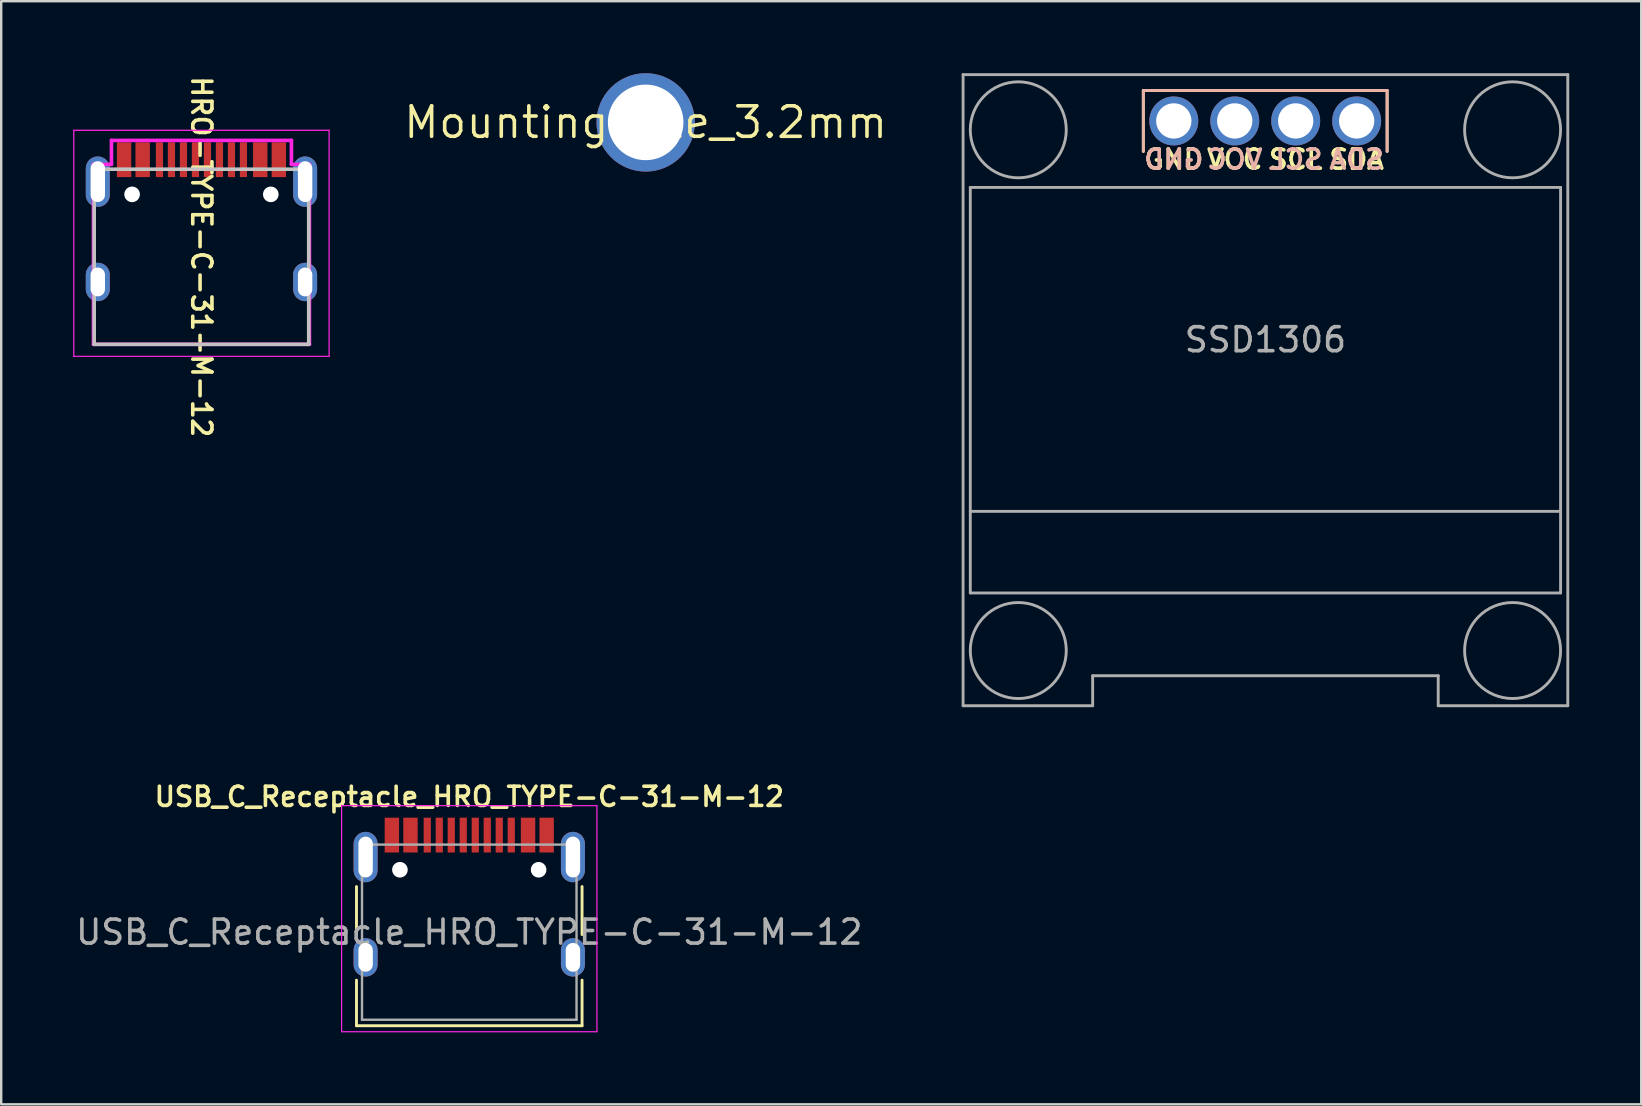
<source format=kicad_pcb>
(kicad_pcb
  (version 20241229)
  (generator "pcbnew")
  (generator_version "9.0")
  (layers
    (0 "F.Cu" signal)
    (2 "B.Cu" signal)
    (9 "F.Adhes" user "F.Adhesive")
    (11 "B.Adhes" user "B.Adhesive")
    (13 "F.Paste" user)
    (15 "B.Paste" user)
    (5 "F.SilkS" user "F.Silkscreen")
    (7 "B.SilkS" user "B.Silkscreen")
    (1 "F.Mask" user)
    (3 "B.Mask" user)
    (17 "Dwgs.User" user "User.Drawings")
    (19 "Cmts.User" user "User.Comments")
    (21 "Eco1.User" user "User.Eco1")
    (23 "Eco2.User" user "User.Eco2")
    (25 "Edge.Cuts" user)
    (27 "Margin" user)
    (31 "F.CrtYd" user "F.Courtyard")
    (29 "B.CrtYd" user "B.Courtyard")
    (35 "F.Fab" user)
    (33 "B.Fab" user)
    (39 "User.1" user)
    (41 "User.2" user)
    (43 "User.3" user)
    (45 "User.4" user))
  (footprint "USB_C_Receptacle_HRO_TYPE-C-31-M-12"
    (layer "F.Cu")
    (at 16.506 35.796)
    (property "Reference" "USB_C_Receptacle_HRO_TYPE-C-31-M-12" (at 0 -5.645 0) (unlocked yes) (layer "F.SilkS") (effects (font (size 0.8 0.8) (thickness 0.15))))
    (attr smd)
    (fp_line (start -4.7 -1.9) (end -4.7 0.1) (stroke (width 0.12) (type solid)) (layer "F.SilkS"))
    (fp_line (start -4.7 2) (end -4.7 3.9) (stroke (width 0.12) (type solid)) (layer "F.SilkS"))
    (fp_line (start -4.7 3.9) (end 4.7 3.9) (stroke (width 0.12) (type solid)) (layer "F.SilkS"))
    (fp_line (start 4.7 -1.9) (end 4.7 0.1) (stroke (width 0.12) (type solid)) (layer "F.SilkS"))
    (fp_line (start 4.7 2) (end 4.7 3.9) (stroke (width 0.12) (type solid)) (layer "F.SilkS"))
    (fp_line (start -5.32 -5.27) (end -5.32 4.15) (stroke (width 0.05) (type solid)) (layer "F.CrtYd"))
    (fp_line (start -5.32 -5.27) (end 5.32 -5.27) (stroke (width 0.05) (type solid)) (layer "F.CrtYd"))
    (fp_line (start -5.32 4.15) (end 5.32 4.15) (stroke (width 0.05) (type solid)) (layer "F.CrtYd"))
    (fp_line (start 5.32 -5.27) (end 5.32 4.15) (stroke (width 0.05) (type solid)) (layer "F.CrtYd"))
    (fp_line (start -4.47 -3.65) (end -4.47 3.65) (stroke (width 0.1) (type solid)) (layer "F.Fab"))
    (fp_line (start -4.47 -3.65) (end 4.47 -3.65) (stroke (width 0.1) (type solid)) (layer "F.Fab"))
    (fp_line (start -4.47 3.65) (end 4.47 3.65) (stroke (width 0.1) (type solid)) (layer "F.Fab"))
    (fp_line (start 4.47 -3.65) (end 4.47 3.65) (stroke (width 0.1) (type solid)) (layer "F.Fab"))
    (fp_text user "${REFERENCE}" (at 0 0 0) (layer "F.Fab") (effects (font (size 1 1) (thickness 0.15))))
    (pad "" np_thru_hole circle (at -2.89 -2.6) (size 0.65 0.65) (drill 0.65) (layers "*.Cu" "*.Mask"))
    (pad "" np_thru_hole circle (at 2.89 -2.6) (size 0.65 0.65) (drill 0.65) (layers "*.Cu" "*.Mask"))
    (pad "1" smd rect (at -3.225 -4.045) (size 0.6 1.45) (layers "F.Cu" "F.Mask" "F.Paste"))
    (pad "2" smd rect (at -2.45 -4.045) (size 0.6 1.45) (layers "F.Cu" "F.Mask" "F.Paste"))
    (pad "3" smd rect (at -1.75 -4.045) (size 0.3 1.45) (layers "F.Cu" "F.Mask" "F.Paste"))
    (pad "4" smd rect (at -1.25 -4.045) (size 0.3 1.45) (layers "F.Cu" "F.Mask" "F.Paste"))
    (pad "5" smd rect (at -0.75 -4.045) (size 0.3 1.45) (layers "F.Cu" "F.Mask" "F.Paste"))
    (pad "6" smd rect (at -0.25 -4.045) (size 0.3 1.45) (layers "F.Cu" "F.Mask" "F.Paste"))
    (pad "7" smd rect (at 0.25 -4.045) (size 0.3 1.45) (layers "F.Cu" "F.Mask" "F.Paste"))
    (pad "8" smd rect (at 0.75 -4.045) (size 0.3 1.45) (layers "F.Cu" "F.Mask" "F.Paste"))
    (pad "9" smd rect (at 1.25 -4.045) (size 0.3 1.45) (layers "F.Cu" "F.Mask" "F.Paste"))
    (pad "10" smd rect (at 1.75 -4.045) (size 0.3 1.45) (layers "F.Cu" "F.Mask" "F.Paste"))
    (pad "11" smd rect (at 2.45 -4.045) (size 0.6 1.45) (layers "F.Cu" "F.Mask" "F.Paste"))
    (pad "12" smd rect (at 3.225 -4.045) (size 0.6 1.45) (layers "F.Cu" "F.Mask" "F.Paste"))
    (pad "13" thru_hole oval (at -4.32 -3.13) (size 1 2.1) (drill oval 0.6 1.7) (layers "*.Cu" "*.Mask"))
    (pad "13" thru_hole oval (at -4.32 1.05) (size 1 1.6) (drill oval 0.6 1.2) (layers "*.Cu" "*.Mask"))
    (pad "13" thru_hole oval (at 4.32 -3.13) (size 1 2.1) (drill oval 0.6 1.7) (layers "*.Cu" "*.Mask"))
    (pad "13" thru_hole oval (at 4.32 1.05) (size 1 1.6) (drill oval 0.6 1.2) (layers "*.Cu" "*.Mask")))
  (footprint "MountingHole_3.2mm"
    (layer "F.Cu")
    (at 23.857 2.05)
    (property "Reference" "MountingHole_3.2mm" (at 0 0 0) (layer "F.SilkS") (effects (font (size 1.27 1.27) (thickness 0.15))))
    (attr through_hole)
    (pad "" thru_hole circle (at 0 0) (size 4.1 4.1) (drill 3.15) (layers "*.Cu" "*.Mask")))
  (footprint "SSD1306"
    (layer "F.Cu")
    (at 49.685 13.21)
    (property "Reference" "SSD1306" (at 0 -2.102 180) (layer "F.Fab") (effects (font (size 1 1) (thickness 0.15))))
    (attr through_hole)
    (fp_line (start -5.089 -12.49) (end 5.071 -12.49) (stroke (width 0.12) (type solid)) (layer "F.SilkS"))
    (fp_line (start -5.089 -9.95) (end -5.089 -12.49) (stroke (width 0.12) (type solid)) (layer "F.SilkS"))
    (fp_line (start 5.071 -12.49) (end 5.071 -9.95) (stroke (width 0.12) (type solid)) (layer "F.SilkS"))
    (fp_line (start -5.089 -12.49) (end 5.071 -12.49) (stroke (width 0.12) (type solid)) (layer "B.SilkS"))
    (fp_line (start -5.089 -9.95) (end -5.089 -12.49) (stroke (width 0.12) (type solid)) (layer "B.SilkS"))
    (fp_line (start 5.071 -12.49) (end 5.071 -9.95) (stroke (width 0.12) (type solid)) (layer "B.SilkS"))
    (fp_line (start -12.6 -13.15) (end 12.6 -13.15) (stroke (width 0.12) (type solid)) (layer "F.Fab"))
    (fp_line (start -12.6 13.15) (end -12.6 -13.15) (stroke (width 0.12) (type solid)) (layer "F.Fab"))
    (fp_line (start -12.3 -8.45) (end -12.3 8.45) (stroke (width 0.12) (type solid)) (layer "F.Fab"))
    (fp_line (start -12.3 -8.45) (end 12.3 -8.45) (stroke (width 0.12) (type solid)) (layer "F.Fab"))
    (fp_line (start -7.2 11.9) (end -7.2 13.15) (stroke (width 0.12) (type solid)) (layer "F.Fab"))
    (fp_line (start -7.2 13.15) (end -12.6 13.15) (stroke (width 0.12) (type solid)) (layer "F.Fab"))
    (fp_line (start 7.2 11.9) (end -7.2 11.9) (stroke (width 0.12) (type solid)) (layer "F.Fab"))
    (fp_line (start 7.2 11.9) (end 7.2 13.15) (stroke (width 0.12) (type solid)) (layer "F.Fab"))
    (fp_line (start 12.3 5.05) (end -12.3 5.05) (stroke (width 0.12) (type solid)) (layer "F.Fab"))
    (fp_line (start 12.3 8.45) (end -12.3 8.45) (stroke (width 0.12) (type solid)) (layer "F.Fab"))
    (fp_line (start 12.3 8.45) (end 12.3 -8.45) (stroke (width 0.12) (type solid)) (layer "F.Fab"))
    (fp_line (start 12.6 13.15) (end 7.2 13.15) (stroke (width 0.12) (type solid)) (layer "F.Fab"))
    (fp_line (start 12.6 13.15) (end 12.6 -13.15) (stroke (width 0.12) (type solid)) (layer "F.Fab"))
    (fp_circle (center -10.3 -10.85) (end -8.3 -10.85) (stroke (width 0.12) (type solid)) (fill no) (layer "F.Fab"))
    (fp_circle (center -10.3 10.85) (end -8.3 10.85) (stroke (width 0.12) (type solid)) (fill no) (layer "F.Fab"))
    (fp_circle (center 10.3 -10.85) (end 12.3 -10.85) (stroke (width 0.12) (type solid)) (fill no) (layer "F.Fab"))
    (fp_circle (center 10.3 10.85) (end 12.3 10.85) (stroke (width 0.12) (type solid)) (fill no) (layer "F.Fab"))
    (fp_text user "SCL" (at 1.261 -9.615 0) (layer "F.SilkS") (effects (font (size 0.8 0.8) (thickness 0.15))))
    (fp_text user "VCC" (at -1.279 -9.615 0) (layer "F.SilkS") (effects (font (size 0.8 0.8) (thickness 0.15))))
    (fp_text user "SDA" (at 3.801 -9.615 0) (layer "F.SilkS") (effects (font (size 0.8 0.8) (thickness 0.15))))
    (fp_text user "GND" (at -3.819 -9.615 0) (layer "F.SilkS") (effects (font (size 0.8 0.8) (thickness 0.15))))
    (fp_text user "VCC" (at -1.279 -9.615 0) (layer "B.SilkS") (effects (font (size 0.8 0.8) (thickness 0.15)) (justify mirror)))
    (fp_text user "SDA" (at 3.801 -9.615 0) (layer "B.SilkS") (effects (font (size 0.8 0.8) (thickness 0.15)) (justify mirror)))
    (fp_text user "GND" (at -3.819 -9.615 0) (layer "B.SilkS") (effects (font (size 0.8 0.8) (thickness 0.15)) (justify mirror)))
    (fp_text user "SCL" (at 1.261 -9.615 0) (layer "B.SilkS") (effects (font (size 0.8 0.8) (thickness 0.15)) (justify mirror)))
    (pad "1" thru_hole circle (at 3.801 -11.22 90) (size 2.04 2.04) (drill 1.47) (layers "*.Cu" "*.Mask"))
    (pad "2" thru_hole circle (at 1.261 -11.22 90) (size 2.04 2.04) (drill 1.47) (layers "*.Cu" "*.Mask"))
    (pad "3" thru_hole circle (at -1.279 -11.22 90) (size 2.04 2.04) (drill 1.47) (layers "*.Cu" "*.Mask"))
    (pad "4" thru_hole circle (at -3.819 -11.22 90) (size 2.04 2.04) (drill 1.47) (layers "*.Cu" "*.Mask")))
  (footprint "HRO-TYPE-C-31-M-12"
    (layer "F.Cu")
    (at 5.345 11.3)
    (property "Reference" "HRO-TYPE-C-31-M-12" (at 0 -3.65 270) (unlocked yes) (layer "F.SilkS") (effects (font (size 0.8 0.8) (thickness 0.15))))
    (attr smd)
    (fp_line (start -4.47 -7.3) (end 4.47 -7.3) (stroke (width 0.15) (type solid)) (layer "Dwgs.User"))
    (fp_line (start -4.47 0) (end -4.47 -7.3) (stroke (width 0.15) (type solid)) (layer "Dwgs.User"))
    (fp_line (start -4.47 0) (end 4.47 0) (stroke (width 0.15) (type solid)) (layer "Dwgs.User"))
    (fp_line (start 4.47 0) (end 4.47 -7.3) (stroke (width 0.15) (type solid)) (layer "Dwgs.User"))
    (fp_line (start -5.32 -8.92) (end -5.32 0.5) (stroke (width 0.05) (type solid)) (layer "F.CrtYd"))
    (fp_line (start -5.32 -8.92) (end 5.32 -8.92) (stroke (width 0.05) (type solid)) (layer "F.CrtYd"))
    (fp_line (start -5.32 0.5) (end 5.32 0.5) (stroke (width 0.05) (type solid)) (layer "F.CrtYd"))
    (fp_line (start -4.5 -7.5) (end -3.75 -7.5) (stroke (width 0.15) (type solid)) (layer "F.CrtYd"))
    (fp_line (start -4.5 0) (end -4.5 -7.5) (stroke (width 0.15) (type solid)) (layer "F.CrtYd"))
    (fp_line (start -3.75 -8.5) (end 3.75 -8.5) (stroke (width 0.15) (type solid)) (layer "F.CrtYd"))
    (fp_line (start -3.75 -7.5) (end -3.75 -8.5) (stroke (width 0.15) (type solid)) (layer "F.CrtYd"))
    (fp_line (start 3.75 -8.5) (end 3.75 -7.5) (stroke (width 0.15) (type solid)) (layer "F.CrtYd"))
    (fp_line (start 4.5 -7.5) (end 3.75 -7.5) (stroke (width 0.15) (type solid)) (layer "F.CrtYd"))
    (fp_line (start 4.5 -7.5) (end 4.5 0) (stroke (width 0.15) (type solid)) (layer "F.CrtYd"))
    (fp_line (start 4.5 0) (end -4.5 0) (stroke (width 0.15) (type solid)) (layer "F.CrtYd"))
    (fp_line (start 5.32 -8.92) (end 5.32 0.5) (stroke (width 0.05) (type solid)) (layer "F.CrtYd"))
    (pad "" np_thru_hole circle (at -2.89 -6.25) (size 0.65 0.65) (drill 0.65) (layers "*.Cu" "*.Mask"))
    (pad "" np_thru_hole circle (at 2.89 -6.25) (size 0.65 0.65) (drill 0.65) (layers "*.Cu" "*.Mask"))
    (pad "1" smd rect (at -3.225 -7.695) (size 0.6 1.45) (layers "F.Cu" "F.Mask" "F.Paste"))
    (pad "2" smd rect (at -2.45 -7.695) (size 0.6 1.45) (layers "F.Cu" "F.Mask" "F.Paste"))
    (pad "3" smd rect (at -1.75 -7.695) (size 0.3 1.45) (layers "F.Cu" "F.Mask" "F.Paste"))
    (pad "4" smd rect (at -1.25 -7.695) (size 0.3 1.45) (layers "F.Cu" "F.Mask" "F.Paste"))
    (pad "5" smd rect (at -0.75 -7.695) (size 0.3 1.45) (layers "F.Cu" "F.Mask" "F.Paste"))
    (pad "6" smd rect (at -0.25 -7.695) (size 0.3 1.45) (layers "F.Cu" "F.Mask" "F.Paste"))
    (pad "7" smd rect (at 0.25 -7.695) (size 0.3 1.45) (layers "F.Cu" "F.Mask" "F.Paste"))
    (pad "8" smd rect (at 0.75 -7.695) (size 0.3 1.45) (layers "F.Cu" "F.Mask" "F.Paste"))
    (pad "9" smd rect (at 1.25 -7.695) (size 0.3 1.45) (layers "F.Cu" "F.Mask" "F.Paste"))
    (pad "10" smd rect (at 1.75 -7.695) (size 0.3 1.45) (layers "F.Cu" "F.Mask" "F.Paste"))
    (pad "11" smd rect (at 2.45 -7.695) (size 0.6 1.45) (layers "F.Cu" "F.Mask" "F.Paste"))
    (pad "12" smd rect (at 3.225 -7.695) (size 0.6 1.45) (layers "F.Cu" "F.Mask" "F.Paste"))
    (pad "13" thru_hole oval (at -4.32 -6.78) (size 1 2.1) (drill oval 0.6 1.7) (layers "*.Cu" "*.Mask"))
    (pad "13" thru_hole oval (at -4.32 -2.6) (size 1 1.6) (drill oval 0.6 1.2) (layers "*.Cu" "*.Mask"))
    (pad "13" thru_hole oval (at 4.32 -6.78) (size 1 2.1) (drill oval 0.6 1.7) (layers "*.Cu" "*.Mask"))
    (pad "13" thru_hole oval (at 4.32 -2.6) (size 1 1.6) (drill oval 0.6 1.2) (layers "*.Cu" "*.Mask")))
  (gr_rect
    (start -3 -3)
    (end 65.345 42.971)
    (stroke (width 0.1) (type default))
    (fill no)
    (layer "Edge.Cuts")))
</source>
